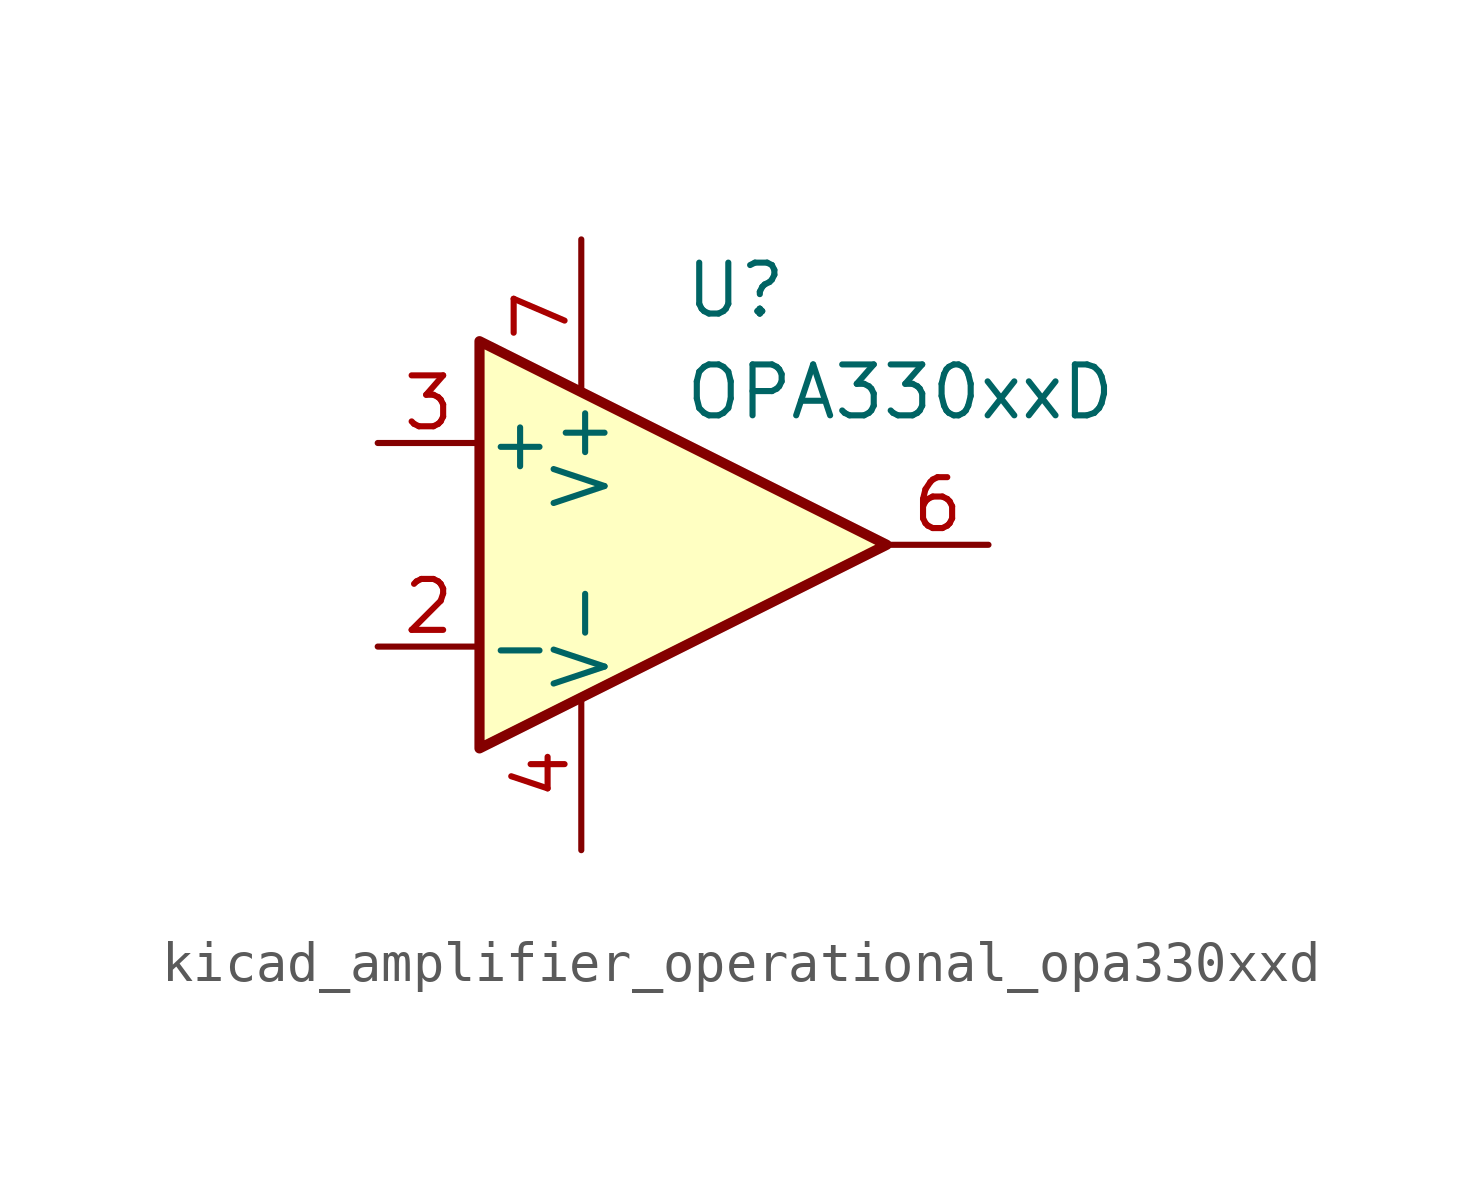
<source format=kicad_sym>
(kicad_symbol_lib
  (version 20220914)
  (generator kicad_symbol_editor)
  (symbol "kicad_amplifier_operational_opa330xxd"
    (pin_names
      (offset 0.127))
    (property "Reference" "U"
      (at 0 6.35 0)
      (effects (font (size 1.27 1.27)) (justify left)))
    (property "Value" "OPA330xxD"
      (at 0 3.81 0)
      (effects (font (size 1.27 1.27)) (justify left)))
    (symbol "kicad_amplifier_operational_opa330xxd_0_1"
      (polyline (pts (xy -5.08 5.08) (xy 5.08 0) (xy -5.08 -5.08) (xy -5.08 5.08)) (stroke (width 0.254) (type default)) (fill (type background))))
    (symbol "kicad_amplifier_operational_opa330xxd_1_1"
      (pin no_connect line (at -2.54 2.54 270) (length 2.54) hide (name "NC" (effects (font (size 1.27 1.27)))) (number "1" (effects (font (size 1.27 1.27)))))
      (pin input line (at -7.62 -2.54 0) (length 2.54) (name "-" (effects (font (size 1.27 1.27)))) (number "2" (effects (font (size 1.27 1.27)))))
      (pin input line (at -7.62 2.54 0) (length 2.54) (name "+" (effects (font (size 1.27 1.27)))) (number "3" (effects (font (size 1.27 1.27)))))
      (pin power_in line (at -2.54 -7.62 90) (length 3.81) (name "V-" (effects (font (size 1.27 1.27)))) (number "4" (effects (font (size 1.27 1.27)))))
      (pin no_connect line (at 0 2.54 270) (length 2.54) hide (name "NC" (effects (font (size 1.27 1.27)))) (number "5" (effects (font (size 1.27 1.27)))))
      (pin output line (at 7.62 0 180) (length 2.54) (name "~" (effects (font (size 1.27 1.27)))) (number "6" (effects (font (size 1.27 1.27)))))
      (pin power_in line (at -2.54 7.62 270) (length 3.81) (name "V+" (effects (font (size 1.27 1.27)))) (number "7" (effects (font (size 1.27 1.27)))))
      (pin no_connect line (at 0 -2.54 90) (length 2.54) hide (name "NC" (effects (font (size 1.27 1.27)))) (number "8" (effects (font (size 1.27 1.27))))))))
</source>
